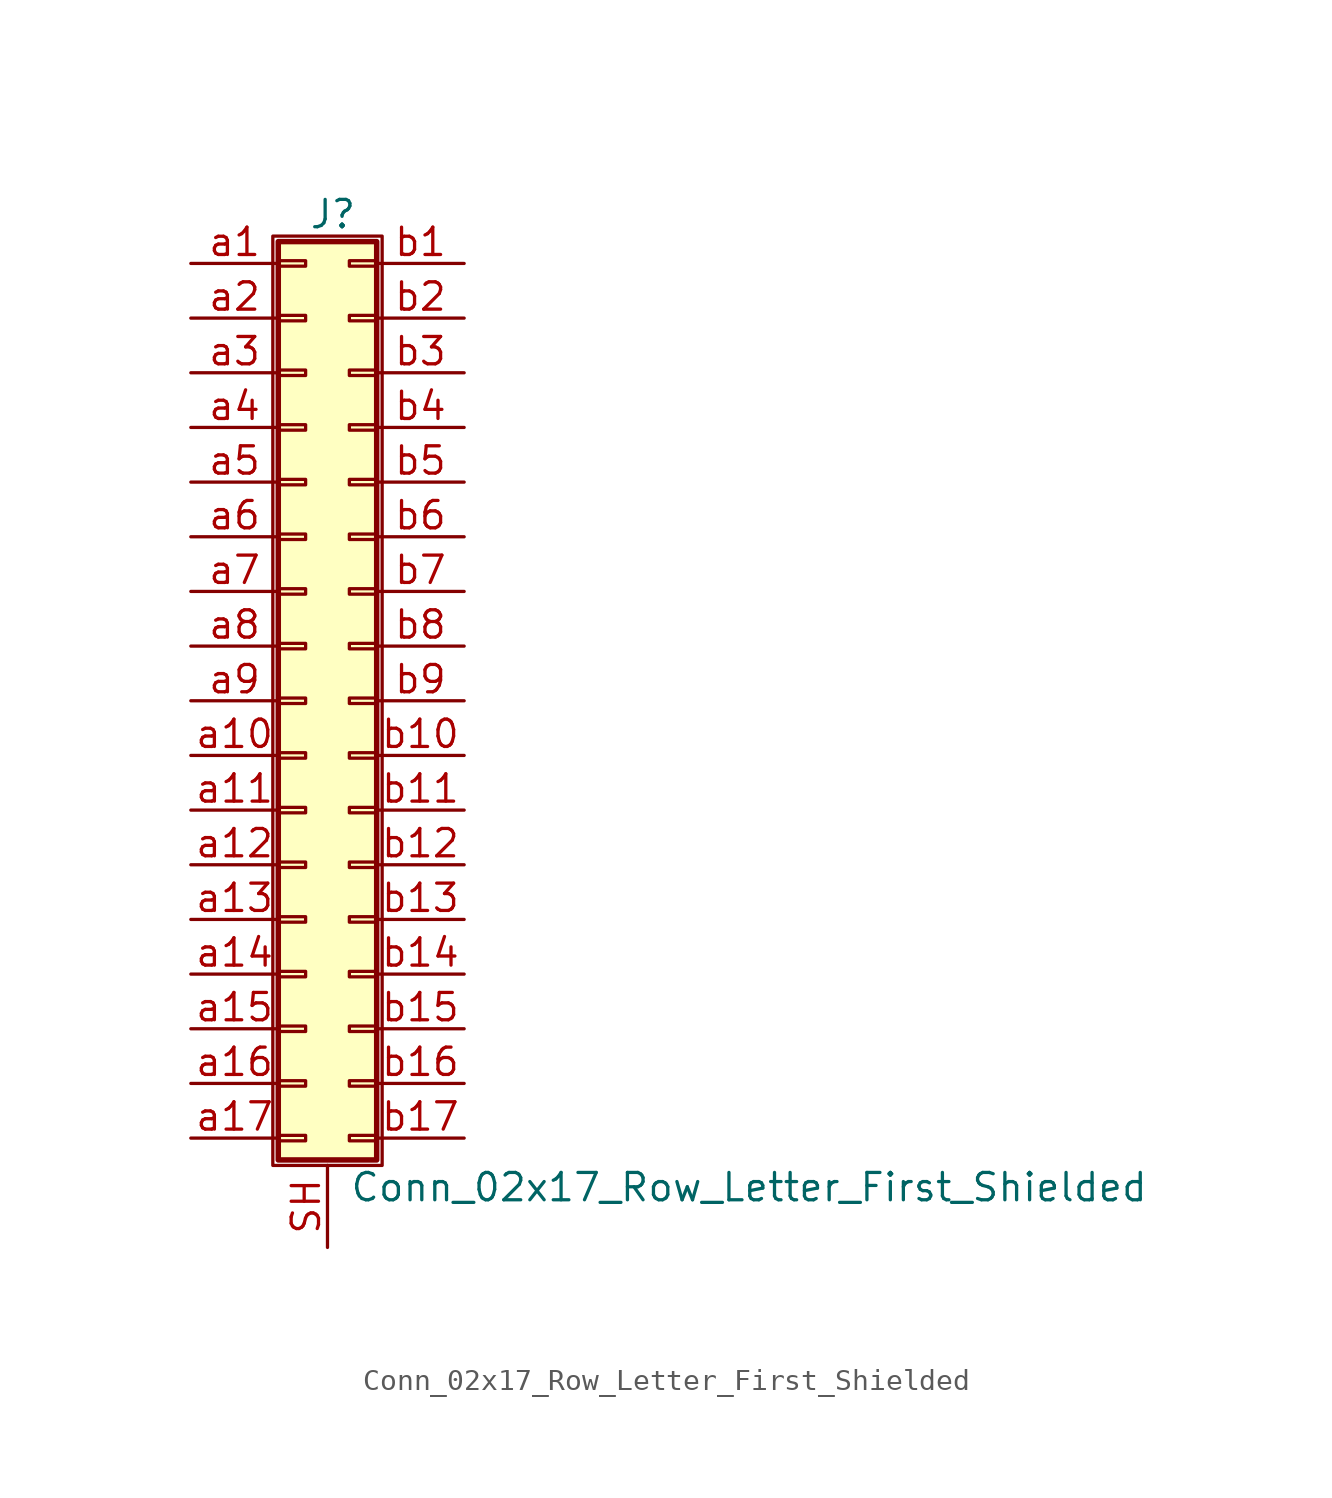
<source format=kicad_sym>
(kicad_symbol_lib
  (version 20220914)
  (generator kicad_symbol_editor)
  (symbol "Conn_02x17_Row_Letter_First_Shielded"
    (pin_names
      (offset 1.016) hide)
    (property "Reference" "J"
      (at 1.524 22.606 0)
      (effects (font (size 1.27 1.27))))
    (property "Value" "Conn_02x17_Row_Letter_First_Shielded"
      (at 2.286 -22.606 0)
      (effects (font (size 1.27 1.27)) (justify left)))
    (symbol "Conn_02x17_Row_Letter_First_Shielded_1_1"
      (rectangle (start -1.27 21.59) (end 3.81 -21.59) (stroke (width 0.152) (type default)) (fill (type none)))
      (rectangle (start -1.016 -20.193) (end 0.254 -20.447) (stroke (width 0.152) (type default)) (fill (type none)))
      (rectangle (start -1.016 -17.653) (end 0.254 -17.907) (stroke (width 0.152) (type default)) (fill (type none)))
      (rectangle (start -1.016 -15.113) (end 0.254 -15.367) (stroke (width 0.152) (type default)) (fill (type none)))
      (rectangle (start -1.016 -12.573) (end 0.254 -12.827) (stroke (width 0.152) (type default)) (fill (type none)))
      (rectangle (start -1.016 -10.033) (end 0.254 -10.287) (stroke (width 0.152) (type default)) (fill (type none)))
      (rectangle (start -1.016 -7.493) (end 0.254 -7.747) (stroke (width 0.152) (type default)) (fill (type none)))
      (rectangle (start -1.016 -4.953) (end 0.254 -5.207) (stroke (width 0.152) (type default)) (fill (type none)))
      (rectangle (start -1.016 -2.413) (end 0.254 -2.667) (stroke (width 0.152) (type default)) (fill (type none)))
      (rectangle (start -1.016 0.127) (end 0.254 -0.127) (stroke (width 0.152) (type default)) (fill (type none)))
      (rectangle (start -1.016 2.667) (end 0.254 2.413) (stroke (width 0.152) (type default)) (fill (type none)))
      (rectangle (start -1.016 5.207) (end 0.254 4.953) (stroke (width 0.152) (type default)) (fill (type none)))
      (rectangle (start -1.016 7.747) (end 0.254 7.493) (stroke (width 0.152) (type default)) (fill (type none)))
      (rectangle (start -1.016 10.287) (end 0.254 10.033) (stroke (width 0.152) (type default)) (fill (type none)))
      (rectangle (start -1.016 12.827) (end 0.254 12.573) (stroke (width 0.152) (type default)) (fill (type none)))
      (rectangle (start -1.016 15.367) (end 0.254 15.113) (stroke (width 0.152) (type default)) (fill (type none)))
      (rectangle (start -1.016 17.907) (end 0.254 17.653) (stroke (width 0.152) (type default)) (fill (type none)))
      (rectangle (start -1.016 20.447) (end 0.254 20.193) (stroke (width 0.152) (type default)) (fill (type none)))
      (rectangle (start -1.016 21.336) (end 3.556 -21.336) (stroke (width 0.254) (type default)) (fill (type background)))
      (rectangle (start 3.556 -20.193) (end 2.286 -20.447) (stroke (width 0.152) (type default)) (fill (type none)))
      (rectangle (start 3.556 -17.653) (end 2.286 -17.907) (stroke (width 0.152) (type default)) (fill (type none)))
      (rectangle (start 3.556 -15.113) (end 2.286 -15.367) (stroke (width 0.152) (type default)) (fill (type none)))
      (rectangle (start 3.556 -12.573) (end 2.286 -12.827) (stroke (width 0.152) (type default)) (fill (type none)))
      (rectangle (start 3.556 -10.033) (end 2.286 -10.287) (stroke (width 0.152) (type default)) (fill (type none)))
      (rectangle (start 3.556 -7.493) (end 2.286 -7.747) (stroke (width 0.152) (type default)) (fill (type none)))
      (rectangle (start 3.556 -4.953) (end 2.286 -5.207) (stroke (width 0.152) (type default)) (fill (type none)))
      (rectangle (start 3.556 -2.413) (end 2.286 -2.667) (stroke (width 0.152) (type default)) (fill (type none)))
      (rectangle (start 3.556 0.127) (end 2.286 -0.127) (stroke (width 0.152) (type default)) (fill (type none)))
      (rectangle (start 3.556 2.667) (end 2.286 2.413) (stroke (width 0.152) (type default)) (fill (type none)))
      (rectangle (start 3.556 5.207) (end 2.286 4.953) (stroke (width 0.152) (type default)) (fill (type none)))
      (rectangle (start 3.556 7.747) (end 2.286 7.493) (stroke (width 0.152) (type default)) (fill (type none)))
      (rectangle (start 3.556 10.287) (end 2.286 10.033) (stroke (width 0.152) (type default)) (fill (type none)))
      (rectangle (start 3.556 12.827) (end 2.286 12.573) (stroke (width 0.152) (type default)) (fill (type none)))
      (rectangle (start 3.556 15.367) (end 2.286 15.113) (stroke (width 0.152) (type default)) (fill (type none)))
      (rectangle (start 3.556 17.907) (end 2.286 17.653) (stroke (width 0.152) (type default)) (fill (type none)))
      (rectangle (start 3.556 20.447) (end 2.286 20.193) (stroke (width 0.152) (type default)) (fill (type none)))
      (pin passive line (at 1.27 -25.4 90) (length 3.81) (name "Shield" (effects (font (size 1.27 1.27)))) (number "SH" (effects (font (size 1.27 1.27)))))
      (pin passive line (at -5.08 20.32 0) (length 4.064) (name "Pin_a1" (effects (font (size 1.27 1.27)))) (number "a1" (effects (font (size 1.27 1.27)))))
      (pin passive line (at -5.08 -2.54 0) (length 4.064) (name "Pin_a10" (effects (font (size 1.27 1.27)))) (number "a10" (effects (font (size 1.27 1.27)))))
      (pin passive line (at -5.08 -5.08 0) (length 4.064) (name "Pin_a11" (effects (font (size 1.27 1.27)))) (number "a11" (effects (font (size 1.27 1.27)))))
      (pin passive line (at -5.08 -7.62 0) (length 4.064) (name "Pin_a12" (effects (font (size 1.27 1.27)))) (number "a12" (effects (font (size 1.27 1.27)))))
      (pin passive line (at -5.08 -10.16 0) (length 4.064) (name "Pin_a13" (effects (font (size 1.27 1.27)))) (number "a13" (effects (font (size 1.27 1.27)))))
      (pin passive line (at -5.08 -12.7 0) (length 4.064) (name "Pin_a14" (effects (font (size 1.27 1.27)))) (number "a14" (effects (font (size 1.27 1.27)))))
      (pin passive line (at -5.08 -15.24 0) (length 4.064) (name "Pin_a15" (effects (font (size 1.27 1.27)))) (number "a15" (effects (font (size 1.27 1.27)))))
      (pin passive line (at -5.08 -17.78 0) (length 4.064) (name "Pin_a16" (effects (font (size 1.27 1.27)))) (number "a16" (effects (font (size 1.27 1.27)))))
      (pin passive line (at -5.08 -20.32 0) (length 4.064) (name "Pin_a17" (effects (font (size 1.27 1.27)))) (number "a17" (effects (font (size 1.27 1.27)))))
      (pin passive line (at -5.08 17.78 0) (length 4.064) (name "Pin_a2" (effects (font (size 1.27 1.27)))) (number "a2" (effects (font (size 1.27 1.27)))))
      (pin passive line (at -5.08 15.24 0) (length 4.064) (name "Pin_a3" (effects (font (size 1.27 1.27)))) (number "a3" (effects (font (size 1.27 1.27)))))
      (pin passive line (at -5.08 12.7 0) (length 4.064) (name "Pin_a4" (effects (font (size 1.27 1.27)))) (number "a4" (effects (font (size 1.27 1.27)))))
      (pin passive line (at -5.08 10.16 0) (length 4.064) (name "Pin_a5" (effects (font (size 1.27 1.27)))) (number "a5" (effects (font (size 1.27 1.27)))))
      (pin passive line (at -5.08 7.62 0) (length 4.064) (name "Pin_a6" (effects (font (size 1.27 1.27)))) (number "a6" (effects (font (size 1.27 1.27)))))
      (pin passive line (at -5.08 5.08 0) (length 4.064) (name "Pin_a7" (effects (font (size 1.27 1.27)))) (number "a7" (effects (font (size 1.27 1.27)))))
      (pin passive line (at -5.08 2.54 0) (length 4.064) (name "Pin_a8" (effects (font (size 1.27 1.27)))) (number "a8" (effects (font (size 1.27 1.27)))))
      (pin passive line (at -5.08 0 0) (length 4.064) (name "Pin_a9" (effects (font (size 1.27 1.27)))) (number "a9" (effects (font (size 1.27 1.27)))))
      (pin passive line (at 7.62 20.32 180) (length 4.064) (name "Pin_b1" (effects (font (size 1.27 1.27)))) (number "b1" (effects (font (size 1.27 1.27)))))
      (pin passive line (at 7.62 -2.54 180) (length 4.064) (name "Pin_b10" (effects (font (size 1.27 1.27)))) (number "b10" (effects (font (size 1.27 1.27)))))
      (pin passive line (at 7.62 -5.08 180) (length 4.064) (name "Pin_b11" (effects (font (size 1.27 1.27)))) (number "b11" (effects (font (size 1.27 1.27)))))
      (pin passive line (at 7.62 -7.62 180) (length 4.064) (name "Pin_b12" (effects (font (size 1.27 1.27)))) (number "b12" (effects (font (size 1.27 1.27)))))
      (pin passive line (at 7.62 -10.16 180) (length 4.064) (name "Pin_b13" (effects (font (size 1.27 1.27)))) (number "b13" (effects (font (size 1.27 1.27)))))
      (pin passive line (at 7.62 -12.7 180) (length 4.064) (name "Pin_b14" (effects (font (size 1.27 1.27)))) (number "b14" (effects (font (size 1.27 1.27)))))
      (pin passive line (at 7.62 -15.24 180) (length 4.064) (name "Pin_b15" (effects (font (size 1.27 1.27)))) (number "b15" (effects (font (size 1.27 1.27)))))
      (pin passive line (at 7.62 -17.78 180) (length 4.064) (name "Pin_b16" (effects (font (size 1.27 1.27)))) (number "b16" (effects (font (size 1.27 1.27)))))
      (pin passive line (at 7.62 -20.32 180) (length 4.064) (name "Pin_b17" (effects (font (size 1.27 1.27)))) (number "b17" (effects (font (size 1.27 1.27)))))
      (pin passive line (at 7.62 17.78 180) (length 4.064) (name "Pin_b2" (effects (font (size 1.27 1.27)))) (number "b2" (effects (font (size 1.27 1.27)))))
      (pin passive line (at 7.62 15.24 180) (length 4.064) (name "Pin_b3" (effects (font (size 1.27 1.27)))) (number "b3" (effects (font (size 1.27 1.27)))))
      (pin passive line (at 7.62 12.7 180) (length 4.064) (name "Pin_b4" (effects (font (size 1.27 1.27)))) (number "b4" (effects (font (size 1.27 1.27)))))
      (pin passive line (at 7.62 10.16 180) (length 4.064) (name "Pin_b5" (effects (font (size 1.27 1.27)))) (number "b5" (effects (font (size 1.27 1.27)))))
      (pin passive line (at 7.62 7.62 180) (length 4.064) (name "Pin_b6" (effects (font (size 1.27 1.27)))) (number "b6" (effects (font (size 1.27 1.27)))))
      (pin passive line (at 7.62 5.08 180) (length 4.064) (name "Pin_b7" (effects (font (size 1.27 1.27)))) (number "b7" (effects (font (size 1.27 1.27)))))
      (pin passive line (at 7.62 2.54 180) (length 4.064) (name "Pin_b8" (effects (font (size 1.27 1.27)))) (number "b8" (effects (font (size 1.27 1.27)))))
      (pin passive line (at 7.62 0 180) (length 4.064) (name "Pin_b9" (effects (font (size 1.27 1.27)))) (number "b9" (effects (font (size 1.27 1.27))))))))
</source>
